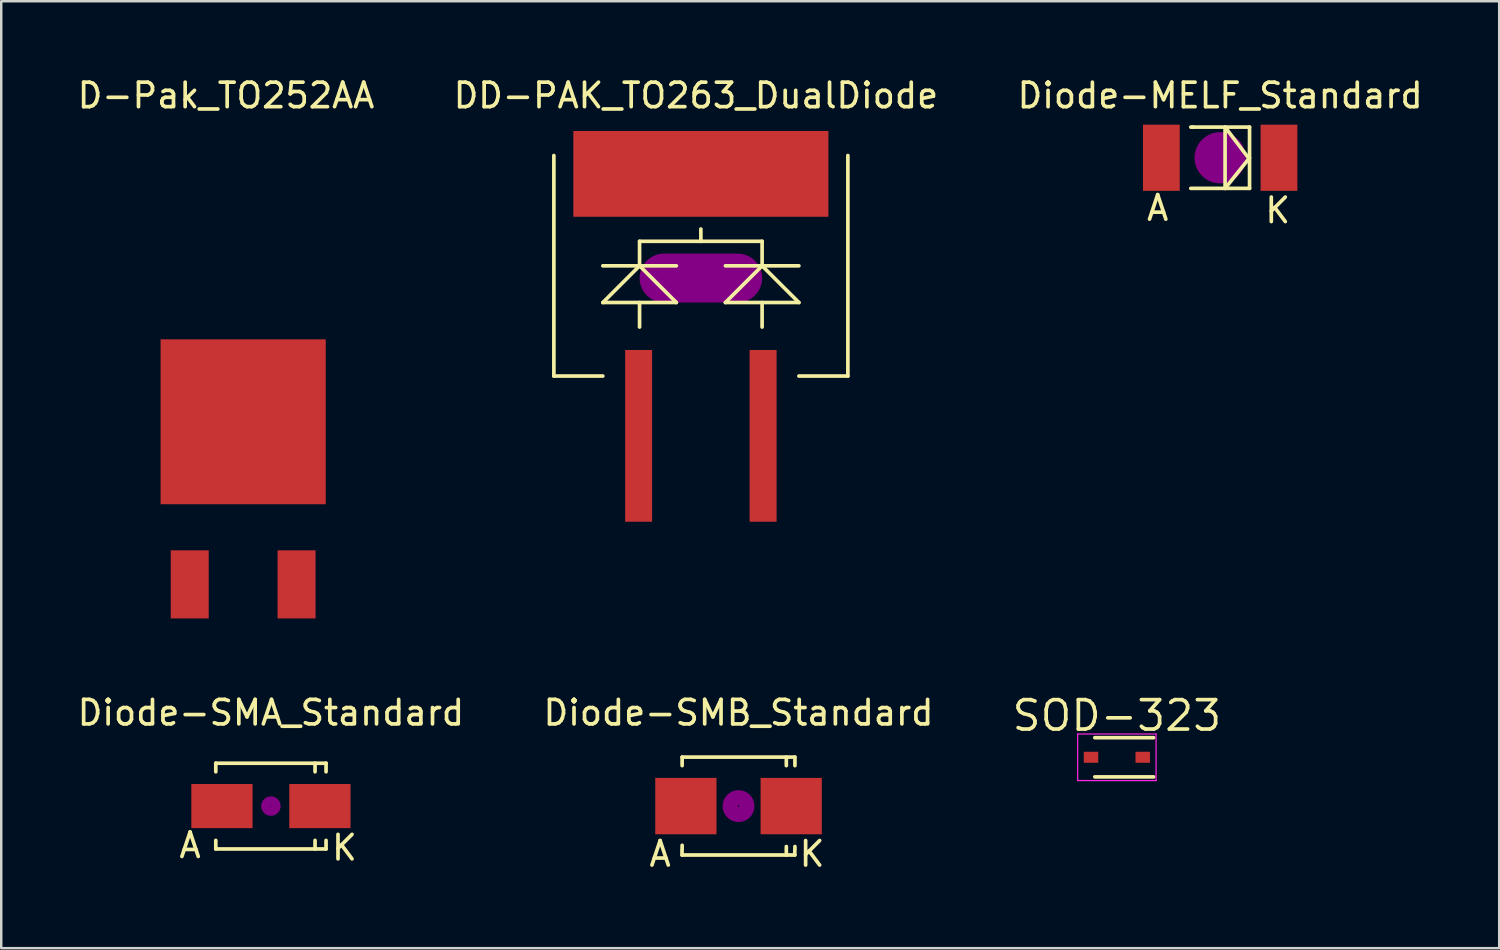
<source format=kicad_pcb>
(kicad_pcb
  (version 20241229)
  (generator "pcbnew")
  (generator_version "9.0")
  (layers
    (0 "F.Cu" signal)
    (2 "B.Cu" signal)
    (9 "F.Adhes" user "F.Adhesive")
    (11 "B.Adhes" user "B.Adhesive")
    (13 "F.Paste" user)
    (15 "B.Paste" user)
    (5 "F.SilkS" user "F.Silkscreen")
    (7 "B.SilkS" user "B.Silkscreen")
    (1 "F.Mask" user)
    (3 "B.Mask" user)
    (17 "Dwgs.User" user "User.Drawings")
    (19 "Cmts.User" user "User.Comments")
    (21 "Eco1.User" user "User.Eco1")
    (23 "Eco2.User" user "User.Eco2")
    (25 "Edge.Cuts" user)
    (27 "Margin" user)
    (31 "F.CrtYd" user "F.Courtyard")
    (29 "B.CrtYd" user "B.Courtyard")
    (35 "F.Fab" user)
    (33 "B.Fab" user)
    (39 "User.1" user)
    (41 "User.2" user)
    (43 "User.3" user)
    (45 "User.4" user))
  (footprint "D-Pak_TO252AA"
    (layer "F.Cu")
    (at 6.873 16.498)
    (property "Reference" "D-Pak_TO252AA" (at -0.7 -15.65 0) (layer "F.SilkS") (effects (font (size 1 1) (thickness 0.15))))
    (attr through_hole)
    (pad "1" smd rect (at -2.18 4.3) (size 1.55 2.78) (layers "F.Cu" "F.Mask" "F.Paste"))
    (pad "3" smd rect (at 2.18 4.3) (size 1.55 2.78) (layers "F.Cu" "F.Mask" "F.Paste"))
    (pad "4" smd rect (at 0 -2.335) (size 6.74 6.73) (layers "F.Cu" "F.Mask" "F.Paste")))
  (footprint "DD-PAK_TO263_DualDiode"
    (layer "F.Cu")
    (at 25.552 10.297)
    (property "Reference" "DD-PAK_TO263_DualDiode" (at -0.201 -9.449 0) (layer "F.SilkS") (effects (font (size 1 1) (thickness 0.15))))
    (attr smd)
    (fp_line (start -5.999 -7) (end -5.999 1.999) (stroke (width 0.15) (type solid)) (layer "F.SilkS"))
    (fp_line (start -5.999 1.999) (end -4 1.999) (stroke (width 0.15) (type solid)) (layer "F.SilkS"))
    (fp_line (start -4 -2.499) (end -1.001 -2.499) (stroke (width 0.15) (type solid)) (layer "F.SilkS"))
    (fp_line (start -4 -1.001) (end -1.001 -1.001) (stroke (width 0.15) (type solid)) (layer "F.SilkS"))
    (fp_line (start -2.502 -2.499) (end -4 -1.001) (stroke (width 0.15) (type solid)) (layer "F.SilkS"))
    (fp_line (start -2.502 -2.499) (end -2.502 -3.5) (stroke (width 0.15) (type solid)) (layer "F.SilkS"))
    (fp_line (start -2.502 -1.001) (end -2.502 0) (stroke (width 0.15) (type solid)) (layer "F.SilkS"))
    (fp_line (start -2.499 -3.5) (end 0 -3.5) (stroke (width 0.15) (type solid)) (layer "F.SilkS"))
    (fp_line (start -1.001 -1.001) (end -2.502 -2.499) (stroke (width 0.15) (type solid)) (layer "F.SilkS"))
    (fp_line (start 0 -3.5) (end 0 -4) (stroke (width 0.15) (type solid)) (layer "F.SilkS"))
    (fp_line (start 1.001 -2.499) (end 4 -2.499) (stroke (width 0.15) (type solid)) (layer "F.SilkS"))
    (fp_line (start 1.001 -1.001) (end 4 -1.001) (stroke (width 0.15) (type solid)) (layer "F.SilkS"))
    (fp_line (start 2.499 -3.5) (end 0 -3.5) (stroke (width 0.15) (type solid)) (layer "F.SilkS"))
    (fp_line (start 2.499 -2.499) (end 1.001 -1.001) (stroke (width 0.15) (type solid)) (layer "F.SilkS"))
    (fp_line (start 2.499 -2.499) (end 2.499 -3.5) (stroke (width 0.15) (type solid)) (layer "F.SilkS"))
    (fp_line (start 2.499 -1.001) (end 2.499 0) (stroke (width 0.15) (type solid)) (layer "F.SilkS"))
    (fp_line (start 4 -1.001) (end 2.499 -2.499) (stroke (width 0.15) (type solid)) (layer "F.SilkS"))
    (fp_line (start 4 1.999) (end 5.999 1.999) (stroke (width 0.15) (type solid)) (layer "F.SilkS"))
    (fp_line (start 5.999 1.999) (end 5.999 -7) (stroke (width 0.15) (type solid)) (layer "F.SilkS"))
    (pad "" smd oval (at 0 -1.999) (size 5.001 1.999) (layers "F.Adhes"))
    (pad "1" smd rect (at -2.54 4.44) (size 1.1 7.01) (layers "F.Cu" "F.Mask" "F.Paste"))
    (pad "2" smd rect (at 0 -6.251) (size 10.409 3.5) (layers "F.Cu" "F.Mask" "F.Paste"))
    (pad "3" smd rect (at 2.54 4.44) (size 1.1 7.01) (layers "F.Cu" "F.Mask" "F.Paste")))
  (footprint "Diode-MELF_Standard"
    (layer "F.Cu")
    (at 46.744 3.388)
    (property "Reference" "Diode-MELF_Standard" (at 0 -2.54 0) (layer "F.SilkS") (effects (font (size 1 1) (thickness 0.15))))
    (attr smd)
    (fp_line (start -1.1 -1.25) (end -1.199 -1.25) (stroke (width 0.15) (type solid)) (layer "F.SilkS"))
    (fp_line (start -1.1 1.25) (end -1.199 1.25) (stroke (width 0.15) (type solid)) (layer "F.SilkS"))
    (fp_line (start 0.201 -1.25) (end 0.201 1.25) (stroke (width 0.15) (type solid)) (layer "F.SilkS"))
    (fp_line (start 0.201 1.25) (end 1.199 0) (stroke (width 0.15) (type solid)) (layer "F.SilkS"))
    (fp_line (start 1.151 0) (end 0.201 -1.25) (stroke (width 0.15) (type solid)) (layer "F.SilkS"))
    (fp_line (start 1.199 -1.25) (end -1.151 -1.25) (stroke (width 0.15) (type solid)) (layer "F.SilkS"))
    (fp_line (start 1.199 -1.25) (end 1.199 1.25) (stroke (width 0.15) (type solid)) (layer "F.SilkS"))
    (fp_line (start 1.199 1.25) (end -1.049 1.25) (stroke (width 0.15) (type solid)) (layer "F.SilkS"))
    (fp_circle (center 0 0) (end 0 0.201) (stroke (width 0.381) (type solid)) (fill no) (layer "F.Adhes"))
    (fp_circle (center 0 0) (end 0 0.551) (stroke (width 0.381) (type solid)) (fill no) (layer "F.Adhes"))
    (fp_circle (center 0 0) (end 0.8 0.3) (stroke (width 0.381) (type solid)) (fill no) (layer "F.Adhes"))
    (fp_text user "A" (at -2.55 2.05 0) (layer "F.SilkS") (effects (font (size 1 1) (thickness 0.15))))
    (fp_text user "K" (at 2.349 2.149 0) (layer "F.SilkS") (effects (font (size 1 1) (thickness 0.15))))
    (pad "1" smd rect (at -2.4 0) (size 1.501 2.7) (layers "F.Cu" "F.Mask" "F.Paste"))
    (pad "2" smd rect (at 2.4 0) (size 1.501 2.7) (layers "F.Cu" "F.Mask" "F.Paste")))
  (footprint "SOD-323"
    (layer "F.Cu")
    (at 42.529 27.854)
    (property "Reference" "SOD-323" (at 0 -1.7 0) (layer "F.SilkS") (effects (font (size 1.2 1.2) (thickness 0.15))))
    (attr smd)
    (fp_line (start -0.9 -0.8) (end 1.5 -0.8) (stroke (width 0.15) (type solid)) (layer "F.SilkS"))
    (fp_line (start -0.9 0.8) (end 1.5 0.8) (stroke (width 0.15) (type solid)) (layer "F.SilkS"))
    (fp_line (start -1.6 -0.95) (end 1.6 -0.95) (stroke (width 0.05) (type solid)) (layer "F.CrtYd"))
    (fp_line (start -1.6 0.95) (end -1.6 -0.95) (stroke (width 0.05) (type solid)) (layer "F.CrtYd"))
    (fp_line (start 1.6 -0.95) (end 1.6 0.95) (stroke (width 0.05) (type solid)) (layer "F.CrtYd"))
    (fp_line (start 1.6 0.95) (end -1.6 0.95) (stroke (width 0.05) (type solid)) (layer "F.CrtYd"))
    (pad "1" smd rect (at -1.055 0) (size 0.59 0.45) (layers "F.Cu" "F.Mask" "F.Paste"))
    (pad "2" smd rect (at 1.055 0) (size 0.59 0.45) (layers "F.Cu" "F.Mask" "F.Paste")))
  (footprint "Diode-SMA_Standard"
    (layer "F.Cu")
    (at 8.006 29.846)
    (property "Reference" "Diode-SMA_Standard" (at 0 -3.81 0) (layer "F.SilkS") (effects (font (size 1 1) (thickness 0.15))))
    (attr smd)
    (fp_line (start -2.25 -1.75) (end -2.25 -1.4) (stroke (width 0.15) (type solid)) (layer "F.SilkS"))
    (fp_line (start -2.25 -1.75) (end 2.25 -1.75) (stroke (width 0.15) (type solid)) (layer "F.SilkS"))
    (fp_line (start -2.25 1.75) (end -2.25 1.4) (stroke (width 0.15) (type solid)) (layer "F.SilkS"))
    (fp_line (start -2.25 1.75) (end 2.25 1.75) (stroke (width 0.15) (type solid)) (layer "F.SilkS"))
    (fp_line (start 1.801 -1.75) (end 1.801 -1.4) (stroke (width 0.15) (type solid)) (layer "F.SilkS"))
    (fp_line (start 1.801 1.75) (end 1.801 1.4) (stroke (width 0.15) (type solid)) (layer "F.SilkS"))
    (fp_line (start 2.25 -1.75) (end 2.25 -1.4) (stroke (width 0.15) (type solid)) (layer "F.SilkS"))
    (fp_line (start 2.25 1.75) (end 2.25 1.4) (stroke (width 0.15) (type solid)) (layer "F.SilkS"))
    (fp_circle (center 0 0) (end 0.201 -0.051) (stroke (width 0.381) (type solid)) (fill no) (layer "F.Adhes"))
    (fp_text user "K" (at 3 1.699 0) (layer "F.SilkS") (effects (font (size 1 1) (thickness 0.15))))
    (fp_text user "A" (at -3.299 1.6 0) (layer "F.SilkS") (effects (font (size 1 1) (thickness 0.15))))
    (pad "1" smd rect (at -1.999 0) (size 2.499 1.801) (layers "F.Cu" "F.Mask" "F.Paste"))
    (pad "2" smd rect (at 1.999 0) (size 2.499 1.801) (layers "F.Cu" "F.Mask" "F.Paste")))
  (footprint "Diode-SMB_Standard"
    (layer "F.Cu")
    (at 27.089 29.846)
    (property "Reference" "Diode-SMB_Standard" (at 0 -3.81 0) (layer "F.SilkS") (effects (font (size 1 1) (thickness 0.15))))
    (attr smd)
    (fp_line (start -2.306 1.996) (end -2.306 1.798) (stroke (width 0.15) (type solid)) (layer "F.SilkS"))
    (fp_line (start -2.306 1.996) (end 2.296 1.996) (stroke (width 0.15) (type solid)) (layer "F.SilkS"))
    (fp_line (start -2.301 -1.999) (end -2.301 -1.801) (stroke (width 0.15) (type solid)) (layer "F.SilkS"))
    (fp_line (start -2.301 -1.999) (end 2.301 -1.999) (stroke (width 0.15) (type solid)) (layer "F.SilkS"))
    (fp_line (start -2.301 -1.75) (end -2.301 -1.651) (stroke (width 0.15) (type solid)) (layer "F.SilkS"))
    (fp_line (start -2.301 1.75) (end -2.301 1.6) (stroke (width 0.15) (type solid)) (layer "F.SilkS"))
    (fp_line (start 1.951 -1.999) (end 1.951 -1.801) (stroke (width 0.15) (type solid)) (layer "F.SilkS"))
    (fp_line (start 1.951 -1.75) (end 1.951 -1.651) (stroke (width 0.15) (type solid)) (layer "F.SilkS"))
    (fp_line (start 1.951 1.75) (end 1.951 1.651) (stroke (width 0.15) (type solid)) (layer "F.SilkS"))
    (fp_line (start 1.951 1.999) (end 1.951 1.801) (stroke (width 0.15) (type solid)) (layer "F.SilkS"))
    (fp_line (start 2.296 1.996) (end 2.296 1.798) (stroke (width 0.15) (type solid)) (layer "F.SilkS"))
    (fp_line (start 2.301 -1.999) (end 2.301 -1.801) (stroke (width 0.15) (type solid)) (layer "F.SilkS"))
    (fp_line (start 2.301 -1.75) (end 2.301 -1.651) (stroke (width 0.15) (type solid)) (layer "F.SilkS"))
    (fp_line (start 2.301 1.75) (end 2.301 1.651) (stroke (width 0.15) (type solid)) (layer "F.SilkS"))
    (fp_circle (center 0 0) (end 0.201 0.099) (stroke (width 0.381) (type solid)) (fill no) (layer "F.Adhes"))
    (fp_circle (center 0 0) (end 0.45 0.099) (stroke (width 0.381) (type solid)) (fill no) (layer "F.Adhes"))
    (fp_text user "A" (at -3.2 1.951 0) (layer "F.SilkS") (effects (font (size 1 1) (thickness 0.15))))
    (fp_text user "K" (at 3 1.951 0) (layer "F.SilkS") (effects (font (size 1 1) (thickness 0.15))))
    (pad "1" smd rect (at -2.149 0) (size 2.499 2.301) (layers "F.Cu" "F.Mask" "F.Paste"))
    (pad "2" smd rect (at 2.149 0) (size 2.499 2.301) (layers "F.Cu" "F.Mask" "F.Paste")))
  (gr_rect
    (start -3 -3)
    (end 58.131 35.645)
    (stroke (width 0.1) (type default))
    (fill no)
    (layer "Edge.Cuts")))
</source>
